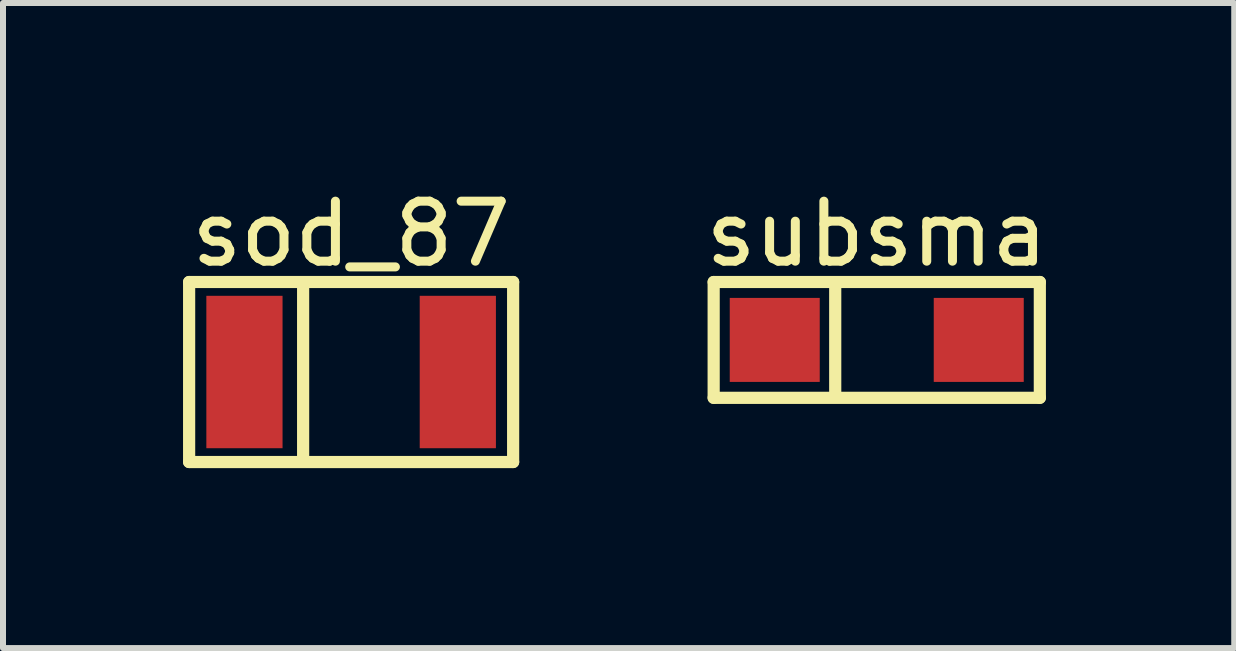
<source format=kicad_pcb>
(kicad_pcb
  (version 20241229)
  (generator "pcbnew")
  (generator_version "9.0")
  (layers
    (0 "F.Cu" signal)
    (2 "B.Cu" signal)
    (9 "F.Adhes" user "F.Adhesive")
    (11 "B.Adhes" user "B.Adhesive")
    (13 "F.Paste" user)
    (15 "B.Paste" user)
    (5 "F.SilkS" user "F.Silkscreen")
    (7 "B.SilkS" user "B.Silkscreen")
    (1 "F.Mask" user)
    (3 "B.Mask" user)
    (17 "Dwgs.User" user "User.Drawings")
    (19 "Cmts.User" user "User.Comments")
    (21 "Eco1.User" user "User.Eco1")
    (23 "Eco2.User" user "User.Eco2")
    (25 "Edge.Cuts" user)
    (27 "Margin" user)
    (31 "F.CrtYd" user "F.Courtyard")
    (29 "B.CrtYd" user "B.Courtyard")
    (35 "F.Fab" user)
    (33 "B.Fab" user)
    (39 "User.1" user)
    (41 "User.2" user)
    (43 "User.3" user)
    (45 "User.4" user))
  (footprint "subsma"
    (layer "F.Cu")
    (at 11.562 2.615)
    (property "Reference" "subsma" (at 0 -1.767 0) (layer "F.SilkS") (effects (font (size 1 1) (thickness 0.15))))
    (fp_line (start -2.718 -0.965) (end 2.718 -0.965) (stroke (width 0.203) (type solid)) (layer "F.SilkS"))
    (fp_line (start -2.718 0.965) (end -2.718 -0.965) (stroke (width 0.203) (type solid)) (layer "F.SilkS"))
    (fp_line (start -2.718 0.965) (end 2.718 0.965) (stroke (width 0.203) (type solid)) (layer "F.SilkS"))
    (fp_line (start -0.692 0.914) (end -0.692 -0.889) (stroke (width 0.203) (type solid)) (layer "F.SilkS"))
    (fp_line (start 2.718 0.965) (end 2.718 -0.965) (stroke (width 0.203) (type solid)) (layer "F.SilkS"))
    (pad "A" smd rect (at 1.7 0 90) (size 1.4 1.5) (layers "F.Cu" "F.Mask" "F.Paste"))
    (pad "K" smd rect (at -1.7 0 90) (size 1.4 1.5) (layers "F.Cu" "F.Mask" "F.Paste")))
  (footprint "sod_87"
    (layer "F.Cu")
    (at 2.802 3.15)
    (property "Reference" "sod_87" (at 0 -2.302 0) (layer "F.SilkS") (effects (font (size 1 1) (thickness 0.15))))
    (fp_line (start -2.7 -1.5) (end 2.7 -1.5) (stroke (width 0.203) (type solid)) (layer "F.SilkS"))
    (fp_line (start -2.7 1.5) (end -2.7 -1.5) (stroke (width 0.203) (type solid)) (layer "F.SilkS"))
    (fp_line (start -2.7 1.5) (end 2.7 1.5) (stroke (width 0.203) (type solid)) (layer "F.SilkS"))
    (fp_line (start -0.8 1.4) (end -0.8 -1.4) (stroke (width 0.203) (type solid)) (layer "F.SilkS"))
    (fp_line (start 2.7 1.5) (end 2.7 -1.5) (stroke (width 0.203) (type solid)) (layer "F.SilkS"))
    (pad "A" smd rect (at 1.778 0 90) (size 2.54 1.27) (layers "F.Cu" "F.Mask" "F.Paste"))
    (pad "K" smd rect (at -1.778 0 90) (size 2.54 1.27) (layers "F.Cu" "F.Mask" "F.Paste")))
  (gr_rect
    (start -3 -3)
    (end 17.52 7.751)
    (stroke (width 0.1) (type default))
    (fill no)
    (layer "Edge.Cuts")))
</source>
